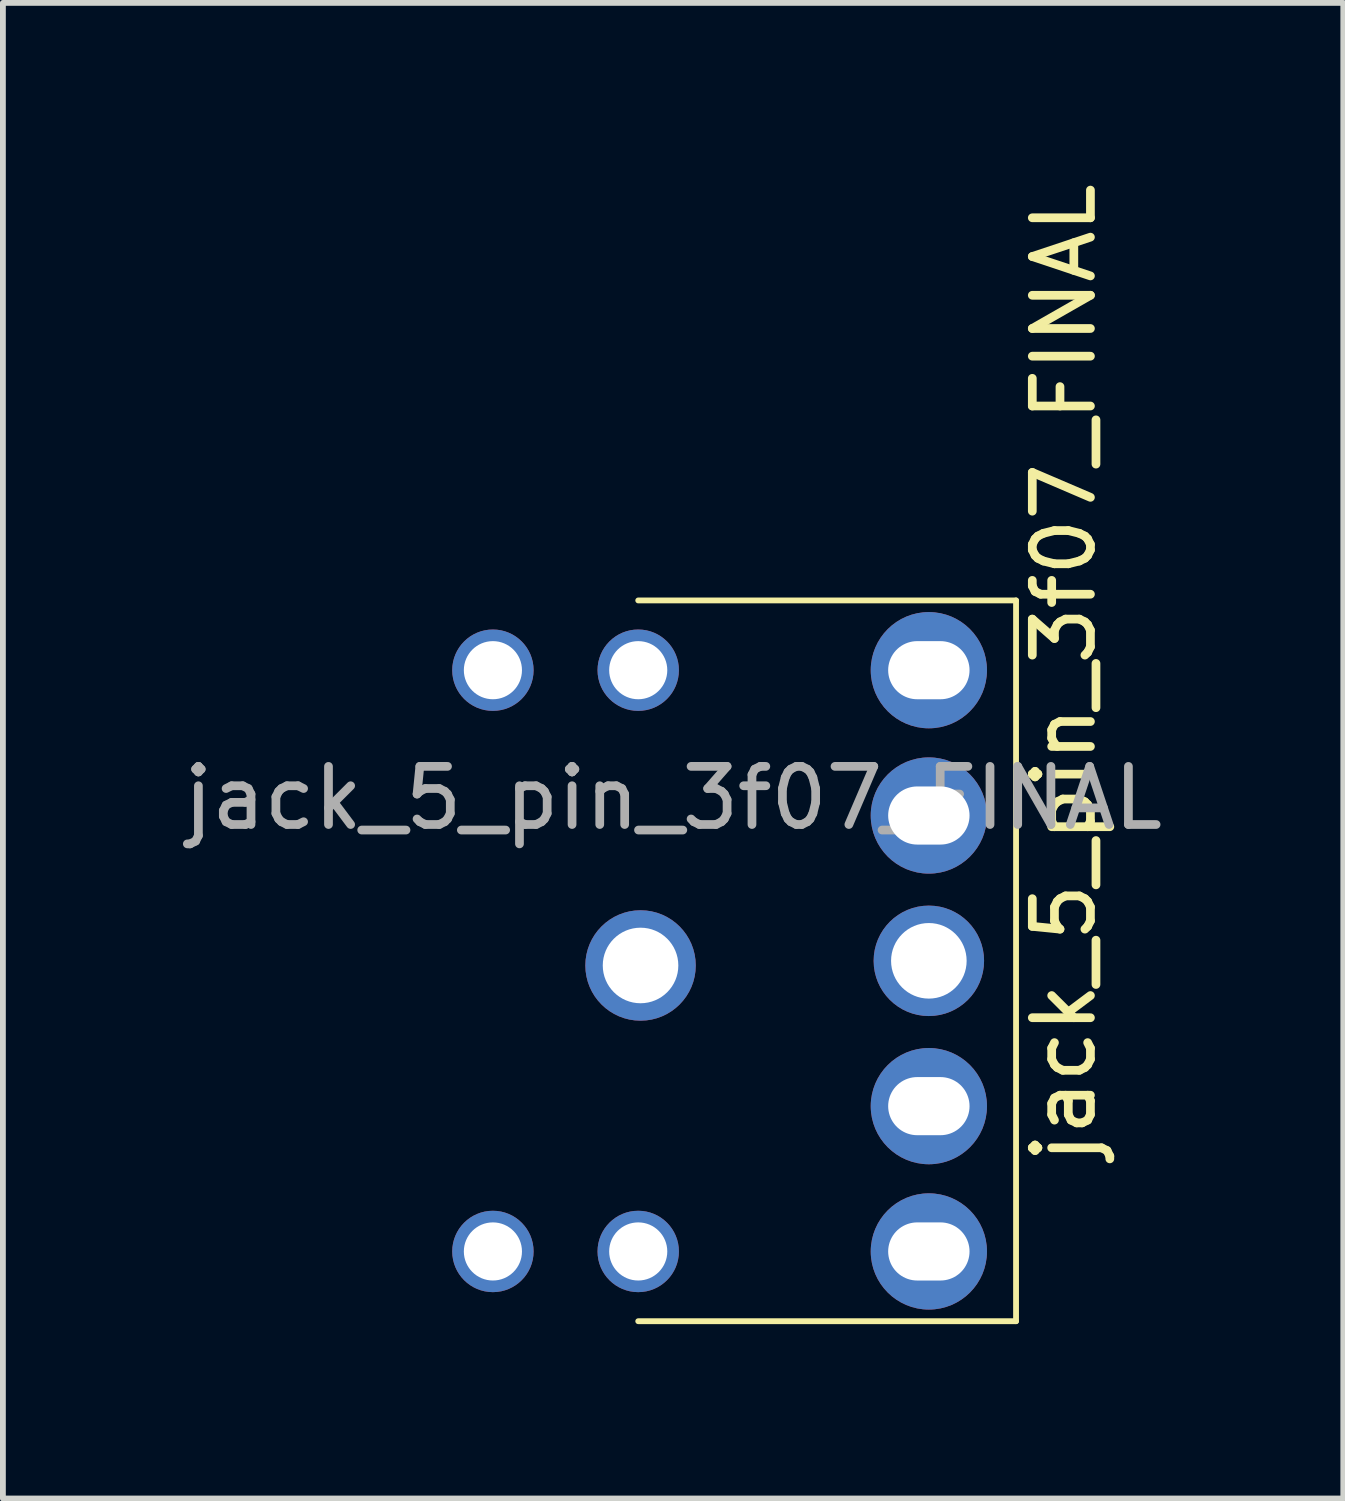
<source format=kicad_pcb>
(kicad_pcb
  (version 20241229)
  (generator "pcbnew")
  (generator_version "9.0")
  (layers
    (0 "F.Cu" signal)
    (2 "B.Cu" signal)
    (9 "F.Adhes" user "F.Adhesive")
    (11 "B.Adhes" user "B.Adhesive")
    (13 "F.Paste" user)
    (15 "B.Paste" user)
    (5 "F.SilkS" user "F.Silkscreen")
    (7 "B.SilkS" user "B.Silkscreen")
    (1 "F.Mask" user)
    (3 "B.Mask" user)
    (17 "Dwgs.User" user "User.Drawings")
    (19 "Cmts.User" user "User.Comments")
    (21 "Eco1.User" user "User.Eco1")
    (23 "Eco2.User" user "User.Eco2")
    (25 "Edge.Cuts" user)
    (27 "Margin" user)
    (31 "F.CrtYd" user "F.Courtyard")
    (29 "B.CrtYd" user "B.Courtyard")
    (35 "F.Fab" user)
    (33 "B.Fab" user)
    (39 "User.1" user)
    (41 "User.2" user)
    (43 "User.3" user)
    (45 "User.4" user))
  (footprint "jack_5_pin_3f07_FINAL"
    (layer "F.Cu")
    (at 5.43 8.48)
    (property "Reference" "jack_5_pin_3f07_FINAL" (at 9.825 0.05 90) (unlocked yes) (layer "F.SilkS") (effects (font (size 1 1) (thickness 0.15))))
    (attr through_hole)
    (fp_line (start 2.5 -1.2) (end 9 -1.2) (stroke (width 0.1) (type solid)) (layer "F.SilkS"))
    (fp_line (start 2.5 11.2) (end 9 11.2) (stroke (width 0.1) (type solid)) (layer "F.SilkS"))
    (fp_line (start 9 -1.2) (end 9 11.2) (stroke (width 0.1) (type solid)) (layer "F.SilkS"))
    (fp_text user "${REFERENCE}" (at 3.1 2.2 0) (unlocked yes) (layer "F.Fab") (effects (font (size 1 1) (thickness 0.15))))
    (pad "" thru_hole circle (at 0 0) (size 1.4 1.4) (drill 1) (layers "*.Cu" "*.Mask"))
    (pad "" thru_hole circle (at 0 10) (size 1.4 1.4) (drill 1) (layers "*.Cu" "*.Mask"))
    (pad "" thru_hole circle (at 2.5 0) (size 1.4 1.4) (drill 1) (layers "*.Cu" "*.Mask"))
    (pad "" thru_hole circle (at 2.5 10) (size 1.4 1.4) (drill 1) (layers "*.Cu" "*.Mask"))
    (pad "" thru_hole circle (at 7.5 5) (size 1.9 1.9) (drill 1.3) (layers "*.Cu" "*.Mask"))
    (pad "1" thru_hole circle (at 2.54 5.08) (size 1.9 1.9) (drill 1.3) (layers "*.Cu" "*.Mask"))
    (pad "2" thru_hole circle (at 7.5 0) (size 2 2) (drill oval 1.4 1) (layers "*.Cu" "*.Mask"))
    (pad "3" thru_hole circle (at 7.5 2.5) (size 2 2) (drill oval 1.4 1) (layers "*.Cu" "*.Mask"))
    (pad "4" thru_hole circle (at 7.5 7.5) (size 2 2) (drill oval 1.4 1) (layers "*.Cu" "*.Mask"))
    (pad "5" thru_hole circle (at 7.5 10) (size 2 2) (drill oval 1.4 1) (layers "*.Cu" "*.Mask")))
  (gr_rect
    (start -3 -3)
    (end 20.06 22.73)
    (stroke (width 0.1) (type default))
    (fill no)
    (layer "Edge.Cuts")))
</source>
